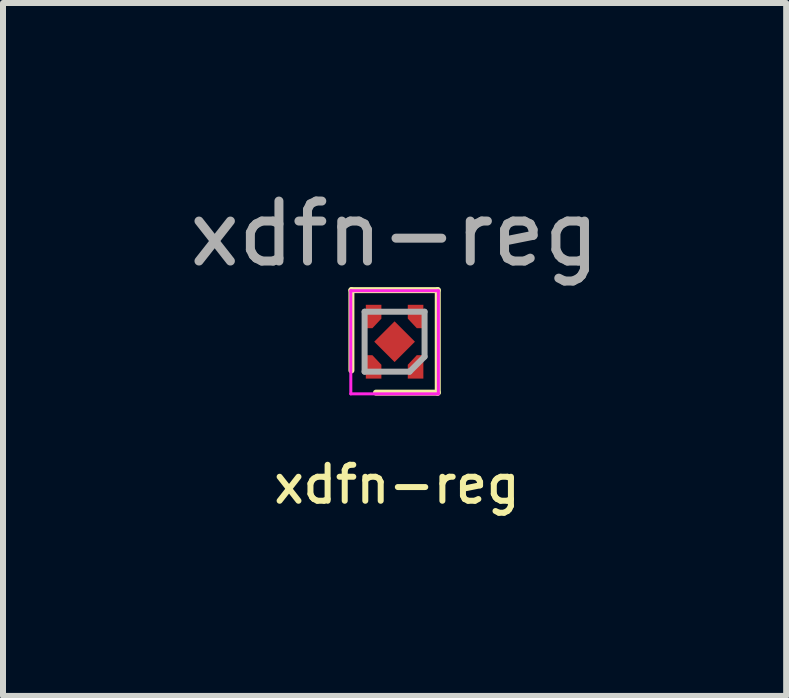
<source format=kicad_pcb>
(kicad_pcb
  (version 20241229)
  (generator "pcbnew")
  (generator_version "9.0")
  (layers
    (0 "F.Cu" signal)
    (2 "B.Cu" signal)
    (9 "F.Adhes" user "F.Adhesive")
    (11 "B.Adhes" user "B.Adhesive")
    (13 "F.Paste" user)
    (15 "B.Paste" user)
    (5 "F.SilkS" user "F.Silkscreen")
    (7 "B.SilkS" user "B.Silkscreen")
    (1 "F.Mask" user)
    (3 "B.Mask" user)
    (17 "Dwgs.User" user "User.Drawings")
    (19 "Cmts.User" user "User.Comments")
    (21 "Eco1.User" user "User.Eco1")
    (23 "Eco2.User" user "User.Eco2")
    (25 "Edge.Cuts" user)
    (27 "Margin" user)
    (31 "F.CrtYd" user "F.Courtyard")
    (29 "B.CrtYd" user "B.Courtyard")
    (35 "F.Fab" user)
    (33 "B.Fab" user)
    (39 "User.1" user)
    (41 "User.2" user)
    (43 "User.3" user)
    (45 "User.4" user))
  (footprint "xdfn-reg"
    (layer "F.Cu")
    (at 3.53 2.648)
    (property "Reference" "xdfn-reg" (at 0.04 2.38 0) (unlocked yes) (layer "F.SilkS") (effects (font (size 0.6 0.6) (thickness 0.1))))
    (attr smd)
    (fp_line (start -0.72 -0.86) (end -0.72 0.48) (stroke (width 0.1) (type solid)) (layer "F.SilkS"))
    (fp_line (start 0.72 -0.86) (end -0.72 -0.86) (stroke (width 0.1) (type solid)) (layer "F.SilkS"))
    (fp_line (start 0.72 0.85) (end -0.31 0.85) (stroke (width 0.1) (type solid)) (layer "F.SilkS"))
    (fp_line (start 0.72 0.85) (end 0.72 -0.86) (stroke (width 0.1) (type solid)) (layer "F.SilkS"))
    (fp_line (start -0.73 -0.85) (end 0.73 -0.85) (stroke (width 0.05) (type solid)) (layer "F.CrtYd"))
    (fp_line (start -0.73 0.87) (end -0.73 -0.85) (stroke (width 0.05) (type solid)) (layer "F.CrtYd"))
    (fp_line (start 0.73 -0.85) (end 0.73 0.87) (stroke (width 0.05) (type solid)) (layer "F.CrtYd"))
    (fp_line (start 0.73 0.87) (end -0.73 0.87) (stroke (width 0.05) (type solid)) (layer "F.CrtYd"))
    (fp_line (start -0.5 -0.5) (end 0.5 -0.5) (stroke (width 0.1) (type solid)) (layer "F.Fab"))
    (fp_line (start -0.5 0.5) (end -0.5 -0.5) (stroke (width 0.1) (type solid)) (layer "F.Fab"))
    (fp_line (start 0.25 0.5) (end -0.5 0.5) (stroke (width 0.1) (type solid)) (layer "F.Fab"))
    (fp_line (start 0.5 -0.5) (end 0.5 0.25) (stroke (width 0.1) (type solid)) (layer "F.Fab"))
    (fp_line (start 0.5 0.25) (end 0.25 0.5) (stroke (width 0.1) (type solid)) (layer "F.Fab"))
    (fp_text user "${REFERENCE}" (at 0 -1.8 0) (unlocked yes) (layer "F.Fab") (effects (font (size 1 1) (thickness 0.15))))
    (pad "1" smd custom (at -0.35 0.5) (size 0.26 0.23) (layers "F.Cu" "F.Mask" "F.Paste") (options (anchor rect)) (primitives (gr_poly (pts (xy 0.13 -0.115) (xy -0.13 -0.115) (xy -0.13 -0.275) (xy -0.02 -0.275)) (width 0) (fill yes))))
    (pad "2" smd custom (at 0.35 0.5) (size 0.26 0.23) (layers "F.Cu" "F.Mask" "F.Paste") (options (anchor rect)) (primitives (gr_poly (pts (xy 0.13 -0.115) (xy -0.13 -0.115) (xy 0.02 -0.275) (xy 0.13 -0.275)) (width 0) (fill yes))))
    (pad "3" smd custom (at 0.35 -0.5 180) (size 0.26 0.23) (layers "F.Cu" "F.Mask" "F.Paste") (options (anchor rect)) (primitives (gr_poly (pts (xy 0.13 -0.115) (xy -0.13 -0.115) (xy -0.13 -0.275) (xy -0.02 -0.275)) (width 0) (fill yes))))
    (pad "4" smd custom (at -0.35 -0.5 180) (size 0.26 0.23) (layers "F.Cu" "F.Mask" "F.Paste") (options (anchor rect)) (primitives (gr_poly (pts (xy 0.13 -0.115) (xy -0.13 -0.115) (xy 0.02 -0.275) (xy 0.13 -0.275)) (width 0) (fill yes))))
    (pad "5" smd rect (at 0 0 225) (size 0.48 0.48) (layers "F.Cu" "F.Mask" "F.Paste")))
  (gr_rect
    (start -3 -3)
    (end 10.06 8.555)
    (stroke (width 0.1) (type default))
    (fill no)
    (layer "Edge.Cuts")))
</source>
